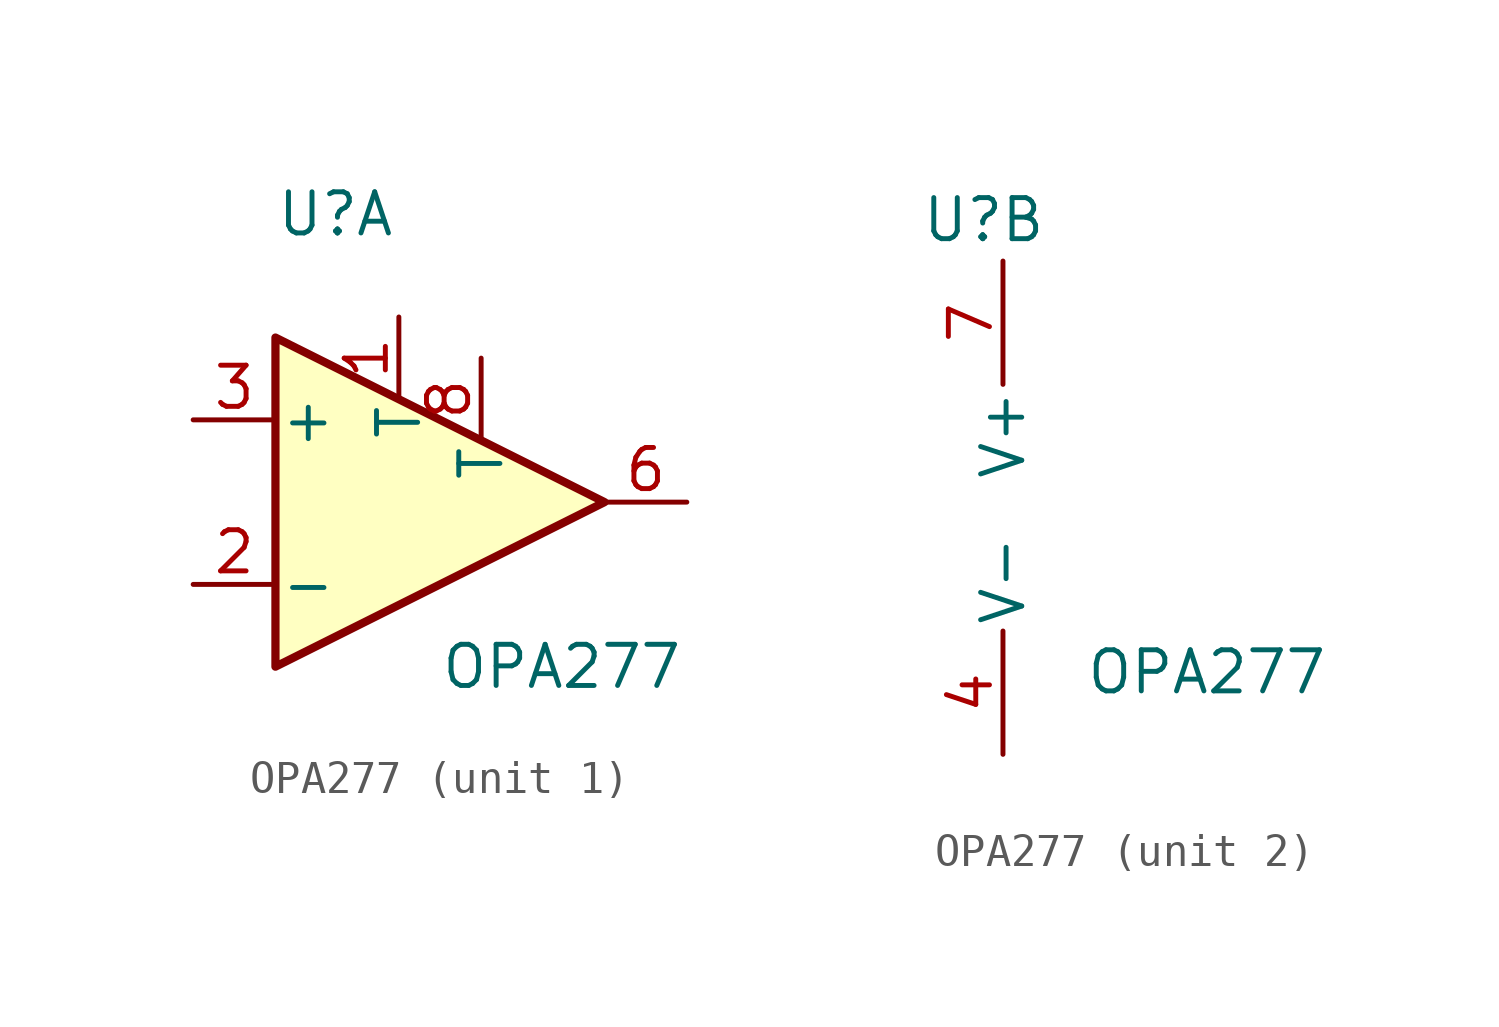
<source format=kicad_sym>
(kicad_symbol_lib
  (version 20231120)
  (generator "kicad_symbol_editor")
  (generator_version "8.0")
  (symbol "OPA277"
    (pin_names
      (offset 0.127))
    (property "Reference" "U"
      (at -5.08 8.89 0)
      (effects (font (size 1.27 1.27)) (justify left)))
    (property "Value" "OPA277"
      (at 0 -5.08 0)
      (effects (font (size 1.27 1.27)) (justify left)))
    (property "ki_locked" ""
      (at 0 0 0)
      (effects (font (size 1.27 1.27))))
    (symbol "OPA277_1_1"
      (polyline (pts (xy -5.08 5.08) (xy 5.08 0) (xy -5.08 -5.08) (xy -5.08 5.08)) (stroke (width 0.254) (type default)) (fill (type background)))
      (pin passive line (at -1.27 5.715 270) (length 2.54) (name "T" (effects (font (size 1.27 1.27)))) (number "1" (effects (font (size 1.27 1.27)))))
      (pin input line (at -7.62 -2.54 0) (length 2.54) (name "-" (effects (font (size 1.27 1.27)))) (number "2" (effects (font (size 1.27 1.27)))))
      (pin input line (at -7.62 2.54 0) (length 2.54) (name "+" (effects (font (size 1.27 1.27)))) (number "3" (effects (font (size 1.27 1.27)))))
      (pin no_connect line (at 5.08 -3.81 180) (length 2.54) hide (name "NC" (effects (font (size 1.27 1.27)))) (number "5" (effects (font (size 1.27 1.27)))))
      (pin output line (at 7.62 0 180) (length 2.54) (name "~" (effects (font (size 1.27 1.27)))) (number "6" (effects (font (size 1.27 1.27)))))
      (pin passive line (at 1.27 4.445 270) (length 2.54) (name "T" (effects (font (size 1.27 1.27)))) (number "8" (effects (font (size 1.27 1.27))))))
    (symbol "OPA277_2_1"
      (pin power_in line (at -2.54 -7.62 90) (length 3.81) (name "V-" (effects (font (size 1.27 1.27)))) (number "4" (effects (font (size 1.27 1.27)))))
      (pin power_in line (at -2.54 7.62 270) (length 3.81) (name "V+" (effects (font (size 1.27 1.27)))) (number "7" (effects (font (size 1.27 1.27))))))))
</source>
